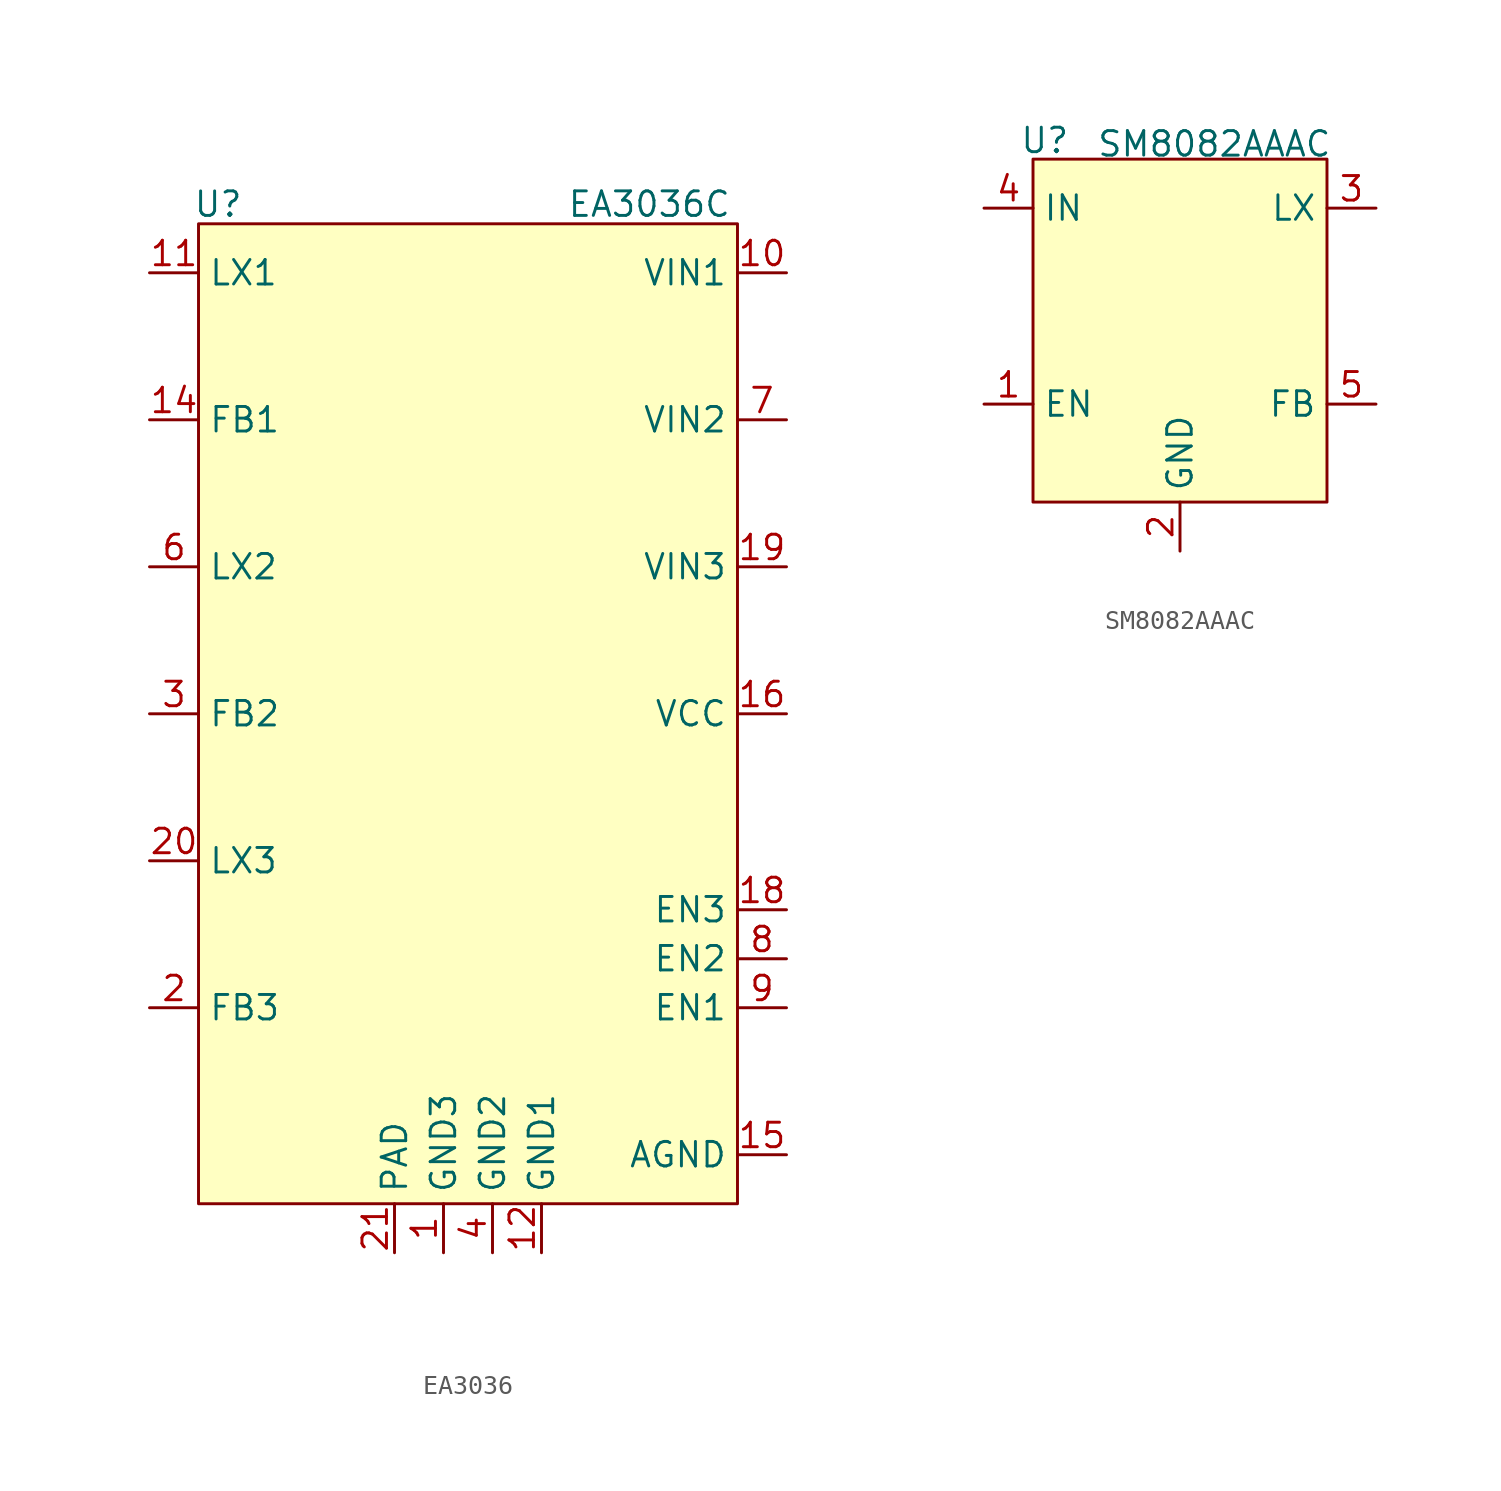
<source format=kicad_sym>
(kicad_symbol_lib
  (version 20220914)
  (generator kicad_symbol_editor)
  (symbol "EA3036"
    (property "Reference" "U"
      (at 1.016 1.016 0)
      (effects (font (size 1.27 1.27))))
    (property "Value" "EA3036C"
      (at 23.368 1.016 0)
      (effects (font (size 1.27 1.27))))
    (symbol "EA3036_0_0"
      (pin power_in line (at 12.7 -53.34 90) (length 2.54) (name "GND3" (effects (font (size 1.27 1.27)))) (number "1" (effects (font (size 1.27 1.27)))))
      (pin power_in line (at 30.48 -2.54 180) (length 2.54) (name "VIN1" (effects (font (size 1.27 1.27)))) (number "10" (effects (font (size 1.27 1.27)))))
      (pin power_out line (at -2.54 -2.54 0) (length 2.54) (name "LX1" (effects (font (size 1.27 1.27)))) (number "11" (effects (font (size 1.27 1.27)))))
      (pin power_in line (at 17.78 -53.34 90) (length 2.54) (name "GND1" (effects (font (size 1.27 1.27)))) (number "12" (effects (font (size 1.27 1.27)))))
      (pin output line (at -2.54 -10.16 0) (length 2.54) (name "FB1" (effects (font (size 1.27 1.27)))) (number "14" (effects (font (size 1.27 1.27)))))
      (pin power_in line (at 30.48 -48.26 180) (length 2.54) (name "AGND" (effects (font (size 1.27 1.27)))) (number "15" (effects (font (size 1.27 1.27)))))
      (pin power_in line (at 30.48 -25.4 180) (length 2.54) (name "VCC" (effects (font (size 1.27 1.27)))) (number "16" (effects (font (size 1.27 1.27)))))
      (pin input line (at 30.48 -35.56 180) (length 2.54) (name "EN3" (effects (font (size 1.27 1.27)))) (number "18" (effects (font (size 1.27 1.27)))))
      (pin power_in line (at 30.48 -17.78 180) (length 2.54) (name "VIN3" (effects (font (size 1.27 1.27)))) (number "19" (effects (font (size 1.27 1.27)))))
      (pin input line (at -2.54 -40.64 0) (length 2.54) (name "FB3" (effects (font (size 1.27 1.27)))) (number "2" (effects (font (size 1.27 1.27)))))
      (pin power_out line (at -2.54 -33.02 0) (length 2.54) (name "LX3" (effects (font (size 1.27 1.27)))) (number "20" (effects (font (size 1.27 1.27)))))
      (pin power_in line (at 10.16 -53.34 90) (length 2.54) (name "PAD" (effects (font (size 1.27 1.27)))) (number "21" (effects (font (size 1.27 1.27)))))
      (pin input line (at -2.54 -25.4 0) (length 2.54) (name "FB2" (effects (font (size 1.27 1.27)))) (number "3" (effects (font (size 1.27 1.27)))))
      (pin power_in line (at 15.24 -53.34 90) (length 2.54) (name "GND2" (effects (font (size 1.27 1.27)))) (number "4" (effects (font (size 1.27 1.27)))))
      (pin power_out line (at -2.54 -17.78 0) (length 2.54) (name "LX2" (effects (font (size 1.27 1.27)))) (number "6" (effects (font (size 1.27 1.27)))))
      (pin power_in line (at 30.48 -10.16 180) (length 2.54) (name "VIN2" (effects (font (size 1.27 1.27)))) (number "7" (effects (font (size 1.27 1.27)))))
      (pin input line (at 30.48 -38.1 180) (length 2.54) (name "EN2" (effects (font (size 1.27 1.27)))) (number "8" (effects (font (size 1.27 1.27)))))
      (pin input line (at 30.48 -40.64 180) (length 2.54) (name "EN1" (effects (font (size 1.27 1.27)))) (number "9" (effects (font (size 1.27 1.27))))))
    (symbol "EA3036_1_0"
      (pin power_in line (at 17.78 -53.34 90) (length 2.54) hide (name "GND1" (effects (font (size 1.27 1.27)))) (number "13" (effects (font (size 1.27 1.27)))))
      (pin power_in line (at 30.48 -48.26 180) (length 2.54) hide (name "AGND" (effects (font (size 1.27 1.27)))) (number "17" (effects (font (size 1.27 1.27)))))
      (pin power_in line (at 15.24 -53.34 90) (length 2.54) hide (name "GND2" (effects (font (size 1.27 1.27)))) (number "5" (effects (font (size 1.27 1.27))))))
    (symbol "EA3036_1_1"
      (rectangle (start 0 0) (end 27.94 -50.8) (stroke (width 0) (type default)) (fill (type background)))))
  (symbol "SM8082AAAC"
    (property "Reference" "U"
      (at 3.15 3.505 0)
      (effects (font (size 1.27 1.27))))
    (property "Value" "SM8082AAAC"
      (at 11.938 3.327 0)
      (effects (font (size 1.27 1.27))))
    (symbol "SM8082AAAC_0_0"
      (pin input line (at 0 -10.16 0) (length 2.54) (name "EN" (effects (font (size 1.27 1.27)))) (number "1" (effects (font (size 1.27 1.27)))))
      (pin power_in line (at 10.16 -17.78 90) (length 2.54) (name "GND" (effects (font (size 1.27 1.27)))) (number "2" (effects (font (size 1.27 1.27)))))
      (pin power_out line (at 20.32 0 180) (length 2.54) (name "LX" (effects (font (size 1.27 1.27)))) (number "3" (effects (font (size 1.27 1.27)))))
      (pin power_in line (at 0 0 0) (length 2.54) (name "IN" (effects (font (size 1.27 1.27)))) (number "4" (effects (font (size 1.27 1.27)))))
      (pin output line (at 20.32 -10.16 180) (length 2.54) (name "FB" (effects (font (size 1.27 1.27)))) (number "5" (effects (font (size 1.27 1.27))))))
    (symbol "SM8082AAAC_0_1"
      (rectangle (start 2.54 2.54) (end 17.78 -15.24) (stroke (width 0) (type default)) (fill (type background))))))
</source>
